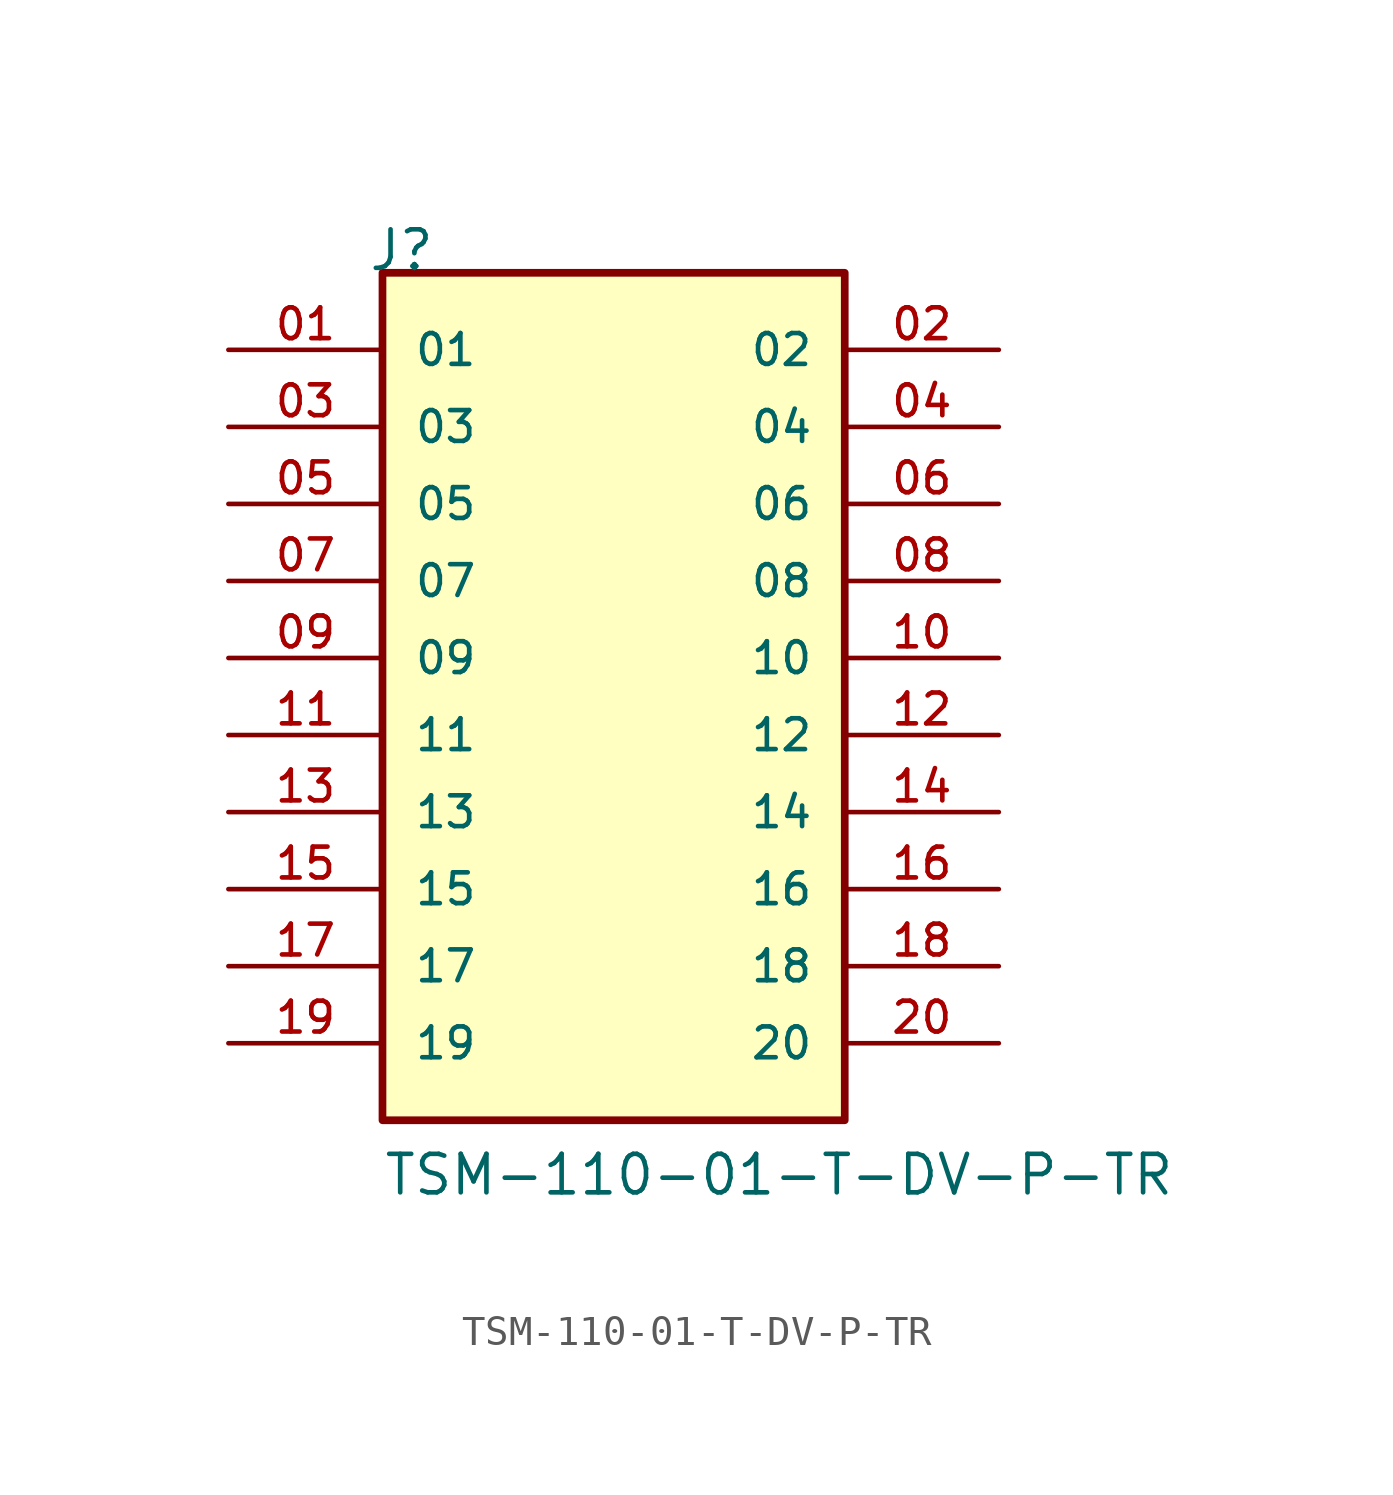
<source format=kicad_sym>
(kicad_symbol_lib
  (version 20211014)
  (generator kicad_symbol_editor)
  (symbol "TSM-110-01-T-DV-P-TR"
    (pin_names
      (offset 1.016))
    (property "Reference" "J"
      (at -8.12 15.24 0)
      (effects (font (size 1.27 1.27)) (justify bottom left)))
    (property "Value" "TSM-110-01-T-DV-P-TR"
      (at -7.62 -15.24 0)
      (effects (font (size 1.27 1.27)) (justify bottom left)))
    (symbol "TSM-110-01-T-DV-P-TR_0_0"
      (rectangle (start -7.62 -12.7) (end 7.62 15.24) (stroke (width 0.254)) (fill (type background)))
      (pin passive line (at -12.7 12.7 0) (length 5.08) (name "01" (effects (font (size 1.016 1.016)))) (number "01" (effects (font (size 1.016 1.016)))))
      (pin passive line (at 12.7 12.7 180.0) (length 5.08) (name "02" (effects (font (size 1.016 1.016)))) (number "02" (effects (font (size 1.016 1.016)))))
      (pin passive line (at -12.7 10.16 0) (length 5.08) (name "03" (effects (font (size 1.016 1.016)))) (number "03" (effects (font (size 1.016 1.016)))))
      (pin passive line (at 12.7 10.16 180.0) (length 5.08) (name "04" (effects (font (size 1.016 1.016)))) (number "04" (effects (font (size 1.016 1.016)))))
      (pin passive line (at -12.7 7.62 0) (length 5.08) (name "05" (effects (font (size 1.016 1.016)))) (number "05" (effects (font (size 1.016 1.016)))))
      (pin passive line (at 12.7 7.62 180.0) (length 5.08) (name "06" (effects (font (size 1.016 1.016)))) (number "06" (effects (font (size 1.016 1.016)))))
      (pin passive line (at -12.7 5.08 0) (length 5.08) (name "07" (effects (font (size 1.016 1.016)))) (number "07" (effects (font (size 1.016 1.016)))))
      (pin passive line (at 12.7 5.08 180.0) (length 5.08) (name "08" (effects (font (size 1.016 1.016)))) (number "08" (effects (font (size 1.016 1.016)))))
      (pin passive line (at -12.7 2.54 0) (length 5.08) (name "09" (effects (font (size 1.016 1.016)))) (number "09" (effects (font (size 1.016 1.016)))))
      (pin passive line (at 12.7 2.54 180.0) (length 5.08) (name "10" (effects (font (size 1.016 1.016)))) (number "10" (effects (font (size 1.016 1.016)))))
      (pin passive line (at -12.7 0.0 0) (length 5.08) (name "11" (effects (font (size 1.016 1.016)))) (number "11" (effects (font (size 1.016 1.016)))))
      (pin passive line (at 12.7 0.0 180.0) (length 5.08) (name "12" (effects (font (size 1.016 1.016)))) (number "12" (effects (font (size 1.016 1.016)))))
      (pin passive line (at -12.7 -2.54 0) (length 5.08) (name "13" (effects (font (size 1.016 1.016)))) (number "13" (effects (font (size 1.016 1.016)))))
      (pin passive line (at 12.7 -2.54 180.0) (length 5.08) (name "14" (effects (font (size 1.016 1.016)))) (number "14" (effects (font (size 1.016 1.016)))))
      (pin passive line (at -12.7 -5.08 0) (length 5.08) (name "15" (effects (font (size 1.016 1.016)))) (number "15" (effects (font (size 1.016 1.016)))))
      (pin passive line (at 12.7 -5.08 180.0) (length 5.08) (name "16" (effects (font (size 1.016 1.016)))) (number "16" (effects (font (size 1.016 1.016)))))
      (pin passive line (at -12.7 -7.62 0) (length 5.08) (name "17" (effects (font (size 1.016 1.016)))) (number "17" (effects (font (size 1.016 1.016)))))
      (pin passive line (at 12.7 -7.62 180.0) (length 5.08) (name "18" (effects (font (size 1.016 1.016)))) (number "18" (effects (font (size 1.016 1.016)))))
      (pin passive line (at -12.7 -10.16 0) (length 5.08) (name "19" (effects (font (size 1.016 1.016)))) (number "19" (effects (font (size 1.016 1.016)))))
      (pin passive line (at 12.7 -10.16 180.0) (length 5.08) (name "20" (effects (font (size 1.016 1.016)))) (number "20" (effects (font (size 1.016 1.016))))))))
</source>
